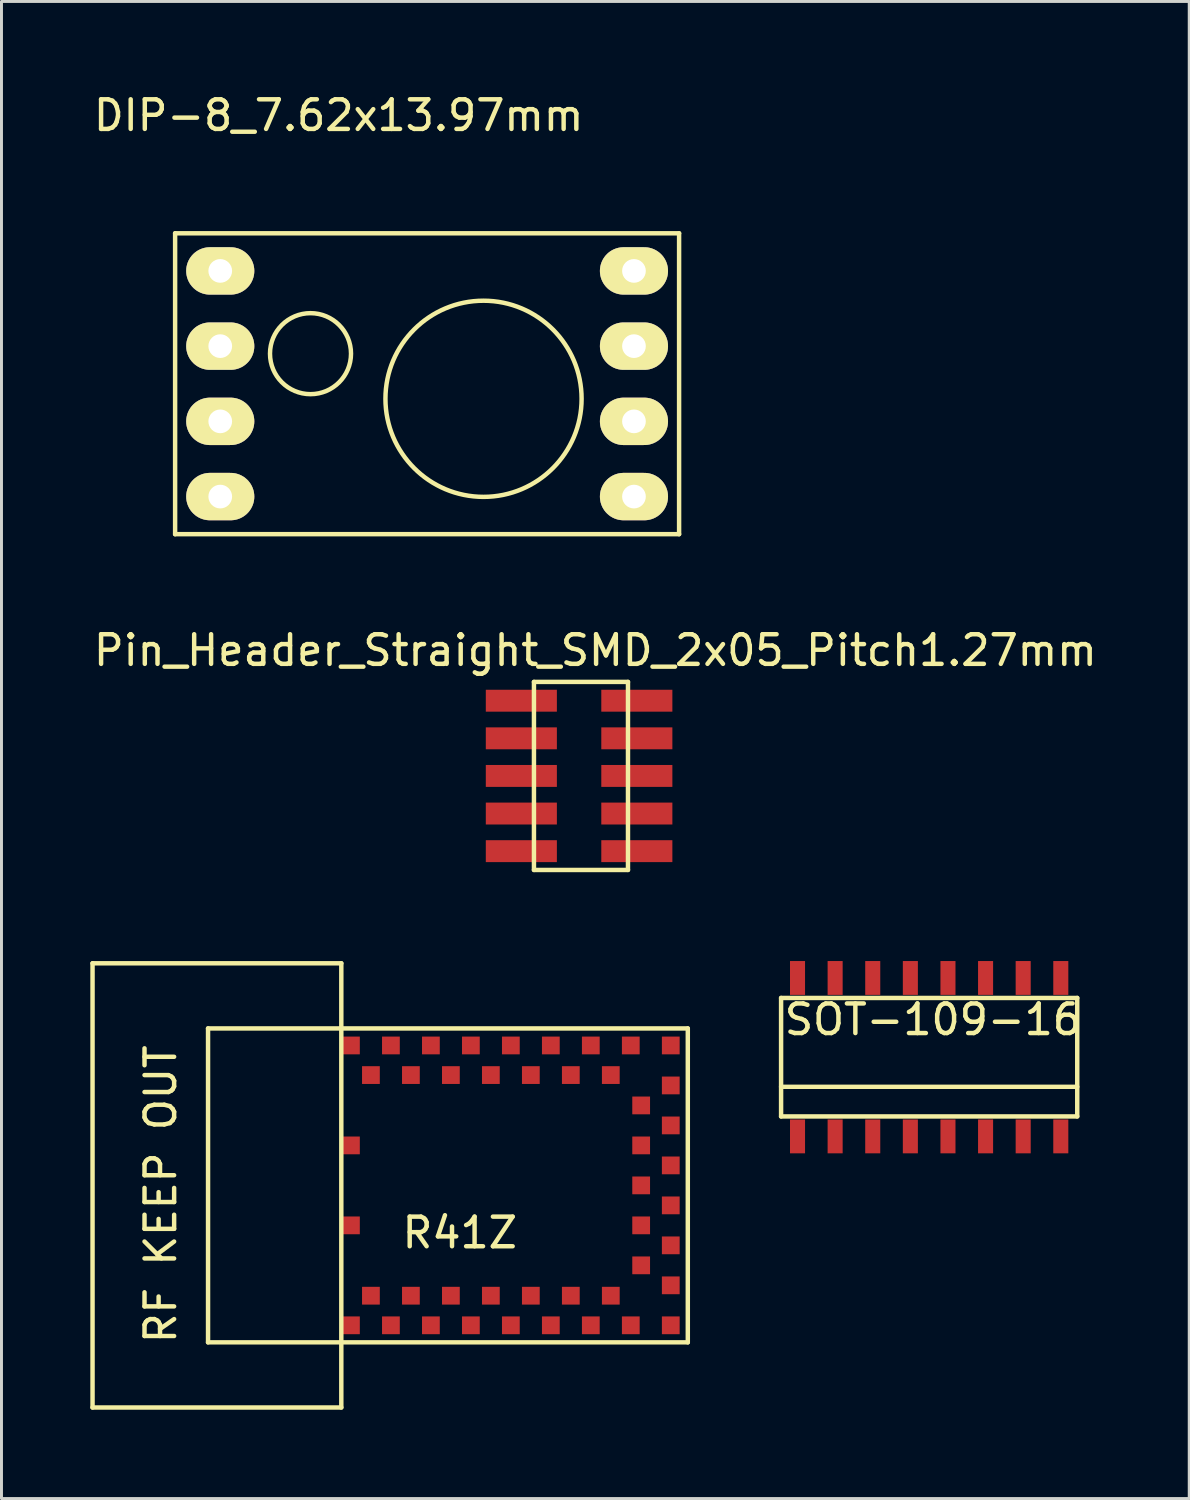
<source format=kicad_pcb>
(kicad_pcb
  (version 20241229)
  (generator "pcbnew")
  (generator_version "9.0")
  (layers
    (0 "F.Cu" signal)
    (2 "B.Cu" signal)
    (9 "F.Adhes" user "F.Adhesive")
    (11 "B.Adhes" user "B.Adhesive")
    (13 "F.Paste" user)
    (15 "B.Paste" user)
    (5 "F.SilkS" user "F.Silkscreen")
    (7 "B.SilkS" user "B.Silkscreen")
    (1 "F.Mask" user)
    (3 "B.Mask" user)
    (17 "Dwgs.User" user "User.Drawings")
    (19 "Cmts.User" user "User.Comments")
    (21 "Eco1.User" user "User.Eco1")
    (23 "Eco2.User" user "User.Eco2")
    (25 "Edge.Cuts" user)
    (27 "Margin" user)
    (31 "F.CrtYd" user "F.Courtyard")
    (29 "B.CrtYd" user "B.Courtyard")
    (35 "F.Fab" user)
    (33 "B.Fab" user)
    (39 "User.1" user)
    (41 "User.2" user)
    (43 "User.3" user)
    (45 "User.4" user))
  (footprint "Pin_Header_Straight_SMD_2x05_Pitch1.27mm"
    (layer "F.Cu")
    (at 16.504 20.611)
    (property "Reference" "Pin_Header_Straight_SMD_2x05_Pitch1.27mm" (at 0.55 -1.7 0) (layer "F.SilkS") (effects (font (size 1 1) (thickness 0.15))))
    (attr through_hole)
    (fp_line (start -1.524 -0.635) (end -1.524 5.715) (stroke (width 0.15) (type solid)) (layer "F.SilkS"))
    (fp_line (start -1.524 5.715) (end 1.651 5.715) (stroke (width 0.15) (type solid)) (layer "F.SilkS"))
    (fp_line (start 1.651 -0.635) (end -1.524 -0.635) (stroke (width 0.15) (type solid)) (layer "F.SilkS"))
    (fp_line (start 1.651 5.715) (end 1.651 -0.635) (stroke (width 0.15) (type solid)) (layer "F.SilkS"))
    (pad "1" smd rect (at -1.95 0) (size 2.4 0.74) (layers "F.Cu" "F.Mask" "F.Paste"))
    (pad "2" smd rect (at 1.95 0) (size 2.4 0.74) (layers "F.Cu" "F.Mask" "F.Paste"))
    (pad "3" smd rect (at -1.95 1.27) (size 2.4 0.74) (layers "F.Cu" "F.Mask" "F.Paste"))
    (pad "4" smd rect (at 1.95 1.27) (size 2.4 0.74) (layers "F.Cu" "F.Mask" "F.Paste"))
    (pad "5" smd rect (at -1.95 2.54) (size 2.4 0.74) (layers "F.Cu" "F.Mask" "F.Paste"))
    (pad "6" smd rect (at 1.95 2.54) (size 2.4 0.74) (layers "F.Cu" "F.Mask" "F.Paste"))
    (pad "7" smd rect (at -1.95 3.81) (size 2.4 0.74) (layers "F.Cu" "F.Mask" "F.Paste"))
    (pad "8" smd rect (at 1.95 3.81) (size 2.4 0.74) (layers "F.Cu" "F.Mask" "F.Paste"))
    (pad "9" smd rect (at -1.95 5.08) (size 2.4 0.74) (layers "F.Cu" "F.Mask" "F.Paste"))
    (pad "10" smd rect (at 1.95 5.08) (size 2.4 0.74) (layers "F.Cu" "F.Mask" "F.Paste")))
  (footprint "DIP-8_7.62x13.97mm"
    (layer "F.Cu")
    (at 4.387 6.098)
    (property "Reference" "DIP-8_7.62x13.97mm" (at 4 -5.25 0) (layer "F.SilkS") (effects (font (size 1 1) (thickness 0.15))))
    (attr through_hole)
    (fp_line (start -1.524 -1.27) (end -1.524 8.89) (stroke (width 0.15) (type solid)) (layer "F.SilkS"))
    (fp_line (start -1.524 -1.27) (end 15.494 -1.27) (stroke (width 0.15) (type solid)) (layer "F.SilkS"))
    (fp_line (start 15.494 -1.27) (end 15.494 8.89) (stroke (width 0.15) (type solid)) (layer "F.SilkS"))
    (fp_line (start 15.494 8.89) (end -1.524 8.89) (stroke (width 0.15) (type solid)) (layer "F.SilkS"))
    (fp_circle (center 3.048 2.794) (end 3.556 4.064) (stroke (width 0.15) (type solid)) (fill no) (layer "F.SilkS"))
    (fp_circle (center 8.89 4.318) (end 10.668 7.112) (stroke (width 0.15) (type solid)) (fill no) (layer "F.SilkS"))
    (pad "1" thru_hole oval (at 0 0) (size 2.3 1.6) (drill 0.8) (layers "*.Cu" "*.Mask" "F.SilkS"))
    (pad "2" thru_hole oval (at 0 2.54) (size 2.3 1.6) (drill 0.8) (layers "*.Cu" "*.Mask" "F.SilkS"))
    (pad "3" thru_hole oval (at 0 5.08) (size 2.3 1.6) (drill 0.8) (layers "*.Cu" "*.Mask" "F.SilkS"))
    (pad "4" thru_hole oval (at 0 7.62) (size 2.3 1.6) (drill 0.8) (layers "*.Cu" "*.Mask" "F.SilkS"))
    (pad "5" thru_hole oval (at 13.97 7.62) (size 2.3 1.6) (drill 0.8) (layers "*.Cu" "*.Mask" "F.SilkS"))
    (pad "6" thru_hole oval (at 13.97 5.08) (size 2.3 1.6) (drill 0.8) (layers "*.Cu" "*.Mask" "F.SilkS"))
    (pad "7" thru_hole oval (at 13.97 2.54) (size 2.3 1.6) (drill 0.8) (layers "*.Cu" "*.Mask" "F.SilkS"))
    (pad "8" thru_hole oval (at 13.97 0) (size 2.3 1.6) (drill 0.8) (layers "*.Cu" "*.Mask" "F.SilkS")))
  (footprint "R41Z"
    (layer "F.Cu")
    (at 12.075 36.977)
    (property "Reference" "R41Z" (at 0.4 1.6 0) (layer "F.SilkS") (effects (font (size 1 1) (thickness 0.15))))
    (attr through_hole)
    (fp_line (start -12 -7.5) (end -12 7.5) (stroke (width 0.15) (type solid)) (layer "F.SilkS"))
    (fp_line (start -8.1 -5.3) (end 8.1 -5.3) (stroke (width 0.15) (type solid)) (layer "F.SilkS"))
    (fp_line (start -8.1 5.3) (end -8.1 -5.3) (stroke (width 0.15) (type solid)) (layer "F.SilkS"))
    (fp_line (start -3.6 -7.5) (end -12 -7.5) (stroke (width 0.15) (type solid)) (layer "F.SilkS"))
    (fp_line (start -3.6 -7.5) (end -3.6 7.5) (stroke (width 0.15) (type solid)) (layer "F.SilkS"))
    (fp_line (start -3.6 7.5) (end -12 7.5) (stroke (width 0.15) (type solid)) (layer "F.SilkS"))
    (fp_line (start 8.1 -5.3) (end 8.1 5.3) (stroke (width 0.15) (type solid)) (layer "F.SilkS"))
    (fp_line (start 8.1 5.3) (end -8.1 5.3) (stroke (width 0.15) (type solid)) (layer "F.SilkS"))
    (fp_text user "RF KEEP OUT" (at -9.7 0.3 90) (layer "F.SilkS") (effects (font (size 1 1) (thickness 0.15))))
    (pad "1" smd rect (at -3.275 4.725) (size 0.6 0.6) (layers "F.Cu" "F.Mask" "F.Paste"))
    (pad "2" smd rect (at -2.6 3.725) (size 0.6 0.6) (layers "F.Cu" "F.Mask" "F.Paste"))
    (pad "3" smd rect (at -1.925 4.725) (size 0.6 0.6) (layers "F.Cu" "F.Mask" "F.Paste"))
    (pad "4" smd rect (at -1.25 3.725) (size 0.6 0.6) (layers "F.Cu" "F.Mask" "F.Paste"))
    (pad "5" smd rect (at -0.575 4.725) (size 0.6 0.6) (layers "F.Cu" "F.Mask" "F.Paste"))
    (pad "6" smd rect (at 0.1 3.725) (size 0.6 0.6) (layers "F.Cu" "F.Mask" "F.Paste"))
    (pad "7" smd rect (at 0.775 4.725) (size 0.6 0.6) (layers "F.Cu" "F.Mask" "F.Paste"))
    (pad "8" smd rect (at 1.45 3.725) (size 0.6 0.6) (layers "F.Cu" "F.Mask" "F.Paste"))
    (pad "9" smd rect (at 2.125 4.725) (size 0.6 0.6) (layers "F.Cu" "F.Mask" "F.Paste"))
    (pad "10" smd rect (at 2.8 3.725) (size 0.6 0.6) (layers "F.Cu" "F.Mask" "F.Paste"))
    (pad "11" smd rect (at 3.475 4.725) (size 0.6 0.6) (layers "F.Cu" "F.Mask" "F.Paste"))
    (pad "12" smd rect (at 4.15 3.725) (size 0.6 0.6) (layers "F.Cu" "F.Mask" "F.Paste"))
    (pad "13" smd rect (at 4.825 4.725) (size 0.6 0.6) (layers "F.Cu" "F.Mask" "F.Paste"))
    (pad "14" smd rect (at 5.5 3.725) (size 0.6 0.6) (layers "F.Cu" "F.Mask" "F.Paste"))
    (pad "15" smd rect (at 6.175 4.725) (size 0.6 0.6) (layers "F.Cu" "F.Mask" "F.Paste"))
    (pad "16" smd rect (at 7.525 4.725) (size 0.6 0.6) (layers "F.Cu" "F.Mask" "F.Paste"))
    (pad "17" smd rect (at 7.525 3.375) (size 0.6 0.6) (layers "F.Cu" "F.Mask" "F.Paste"))
    (pad "18" smd rect (at 6.525 2.7) (size 0.6 0.6) (layers "F.Cu" "F.Mask" "F.Paste"))
    (pad "19" smd rect (at 7.525 2.025) (size 0.6 0.6) (layers "F.Cu" "F.Mask" "F.Paste"))
    (pad "20" smd rect (at 6.525 1.35) (size 0.6 0.6) (layers "F.Cu" "F.Mask" "F.Paste"))
    (pad "21" smd rect (at 7.525 0.675) (size 0.6 0.6) (layers "F.Cu" "F.Mask" "F.Paste"))
    (pad "22" smd rect (at 6.525 0) (size 0.6 0.6) (layers "F.Cu" "F.Mask" "F.Paste"))
    (pad "23" smd rect (at 7.525 -0.675) (size 0.6 0.6) (layers "F.Cu" "F.Mask" "F.Paste"))
    (pad "24" smd rect (at 6.525 -1.35) (size 0.6 0.6) (layers "F.Cu" "F.Mask" "F.Paste"))
    (pad "25" smd rect (at 7.525 -2.025) (size 0.6 0.6) (layers "F.Cu" "F.Mask" "F.Paste"))
    (pad "26" smd rect (at 6.525 -2.7) (size 0.6 0.6) (layers "F.Cu" "F.Mask" "F.Paste"))
    (pad "27" smd rect (at 7.525 -3.375) (size 0.6 0.6) (layers "F.Cu" "F.Mask" "F.Paste"))
    (pad "28" smd rect (at 7.525 -4.725) (size 0.6 0.6) (layers "F.Cu" "F.Mask" "F.Paste"))
    (pad "29" smd rect (at 6.175 -4.725) (size 0.6 0.6) (layers "F.Cu" "F.Mask" "F.Paste"))
    (pad "30" smd rect (at 5.5 -3.725) (size 0.6 0.6) (layers "F.Cu" "F.Mask" "F.Paste"))
    (pad "31" smd rect (at 4.825 -4.725) (size 0.6 0.6) (layers "F.Cu" "F.Mask" "F.Paste"))
    (pad "32" smd rect (at 4.15 -3.725) (size 0.6 0.6) (layers "F.Cu" "F.Mask" "F.Paste"))
    (pad "33" smd rect (at 3.475 -4.725) (size 0.6 0.6) (layers "F.Cu" "F.Mask" "F.Paste"))
    (pad "34" smd rect (at 2.8 -3.725) (size 0.6 0.6) (layers "F.Cu" "F.Mask" "F.Paste"))
    (pad "35" smd rect (at 2.125 -4.725) (size 0.6 0.6) (layers "F.Cu" "F.Mask" "F.Paste"))
    (pad "36" smd rect (at 1.45 -3.725) (size 0.6 0.6) (layers "F.Cu" "F.Mask" "F.Paste"))
    (pad "37" smd rect (at 0.775 -4.725) (size 0.6 0.6) (layers "F.Cu" "F.Mask" "F.Paste"))
    (pad "38" smd rect (at 0.1 -3.725) (size 0.6 0.6) (layers "F.Cu" "F.Mask" "F.Paste"))
    (pad "39" smd rect (at -0.575 -4.725) (size 0.6 0.6) (layers "F.Cu" "F.Mask" "F.Paste"))
    (pad "40" smd rect (at -1.25 -3.725) (size 0.6 0.6) (layers "F.Cu" "F.Mask" "F.Paste"))
    (pad "41" smd rect (at -1.925 -4.725) (size 0.6 0.6) (layers "F.Cu" "F.Mask" "F.Paste"))
    (pad "42" smd rect (at -2.6 -3.725) (size 0.6 0.6) (layers "F.Cu" "F.Mask" "F.Paste"))
    (pad "43" smd rect (at -3.275 -4.725) (size 0.6 0.6) (layers "F.Cu" "F.Mask" "F.Paste"))
    (pad "44" smd rect (at -3.275 -1.35) (size 0.6 0.6) (layers "F.Cu" "F.Mask" "F.Paste"))
    (pad "45" smd rect (at -3.275 1.35) (size 0.6 0.6) (layers "F.Cu" "F.Mask" "F.Paste")))
  (footprint "SOT-109-16"
    (layer "F.Cu")
    (at 28.325 32.648)
    (property "Reference" "SOT-109-16" (at 0.127 -1.27 0) (layer "F.SilkS") (effects (font (size 1 1) (thickness 0.15))))
    (attr smd)
    (fp_line (start -5 -2) (end 5 -2) (stroke (width 0.15) (type solid)) (layer "F.SilkS"))
    (fp_line (start -5 1) (end 5 1) (stroke (width 0.15) (type solid)) (layer "F.SilkS"))
    (fp_line (start -5 2) (end -5 -2) (stroke (width 0.15) (type solid)) (layer "F.SilkS"))
    (fp_line (start 5 -2) (end 5 2) (stroke (width 0.15) (type solid)) (layer "F.SilkS"))
    (fp_line (start 5 2) (end -5 2) (stroke (width 0.15) (type solid)) (layer "F.SilkS"))
    (pad "1" smd rect (at -4.445 2.675) (size 0.508 1.143) (layers "F.Cu" "F.Mask" "F.Paste"))
    (pad "2" smd rect (at -3.175 2.675) (size 0.508 1.143) (layers "F.Cu" "F.Mask" "F.Paste"))
    (pad "3" smd rect (at -1.905 2.675) (size 0.508 1.143) (layers "F.Cu" "F.Mask" "F.Paste"))
    (pad "4" smd rect (at -0.635 2.675) (size 0.508 1.143) (layers "F.Cu" "F.Mask" "F.Paste"))
    (pad "5" smd rect (at 0.635 2.675) (size 0.508 1.143) (layers "F.Cu" "F.Mask" "F.Paste"))
    (pad "6" smd rect (at 1.905 2.675) (size 0.508 1.143) (layers "F.Cu" "F.Mask" "F.Paste"))
    (pad "7" smd rect (at 3.175 2.675) (size 0.508 1.143) (layers "F.Cu" "F.Mask" "F.Paste"))
    (pad "8" smd rect (at 4.445 2.675) (size 0.508 1.143) (layers "F.Cu" "F.Mask" "F.Paste"))
    (pad "9" smd rect (at 4.445 -2.675) (size 0.508 1.143) (layers "F.Cu" "F.Mask" "F.Paste"))
    (pad "10" smd rect (at 3.175 -2.675) (size 0.508 1.143) (layers "F.Cu" "F.Mask" "F.Paste"))
    (pad "11" smd rect (at 1.905 -2.675) (size 0.508 1.143) (layers "F.Cu" "F.Mask" "F.Paste"))
    (pad "12" smd rect (at 0.635 -2.675) (size 0.508 1.143) (layers "F.Cu" "F.Mask" "F.Paste"))
    (pad "13" smd rect (at -0.635 -2.675) (size 0.508 1.143) (layers "F.Cu" "F.Mask" "F.Paste"))
    (pad "14" smd rect (at -1.905 -2.675) (size 0.508 1.143) (layers "F.Cu" "F.Mask" "F.Paste"))
    (pad "15" smd rect (at -3.175 -2.675) (size 0.508 1.143) (layers "F.Cu" "F.Mask" "F.Paste"))
    (pad "16" smd rect (at -4.445 -2.675) (size 0.508 1.143) (layers "F.Cu" "F.Mask" "F.Paste")))
  (gr_rect
    (start -3 -3)
    (end 37.107 47.551)
    (stroke (width 0.1) (type default))
    (fill no)
    (layer "Edge.Cuts")))
</source>
